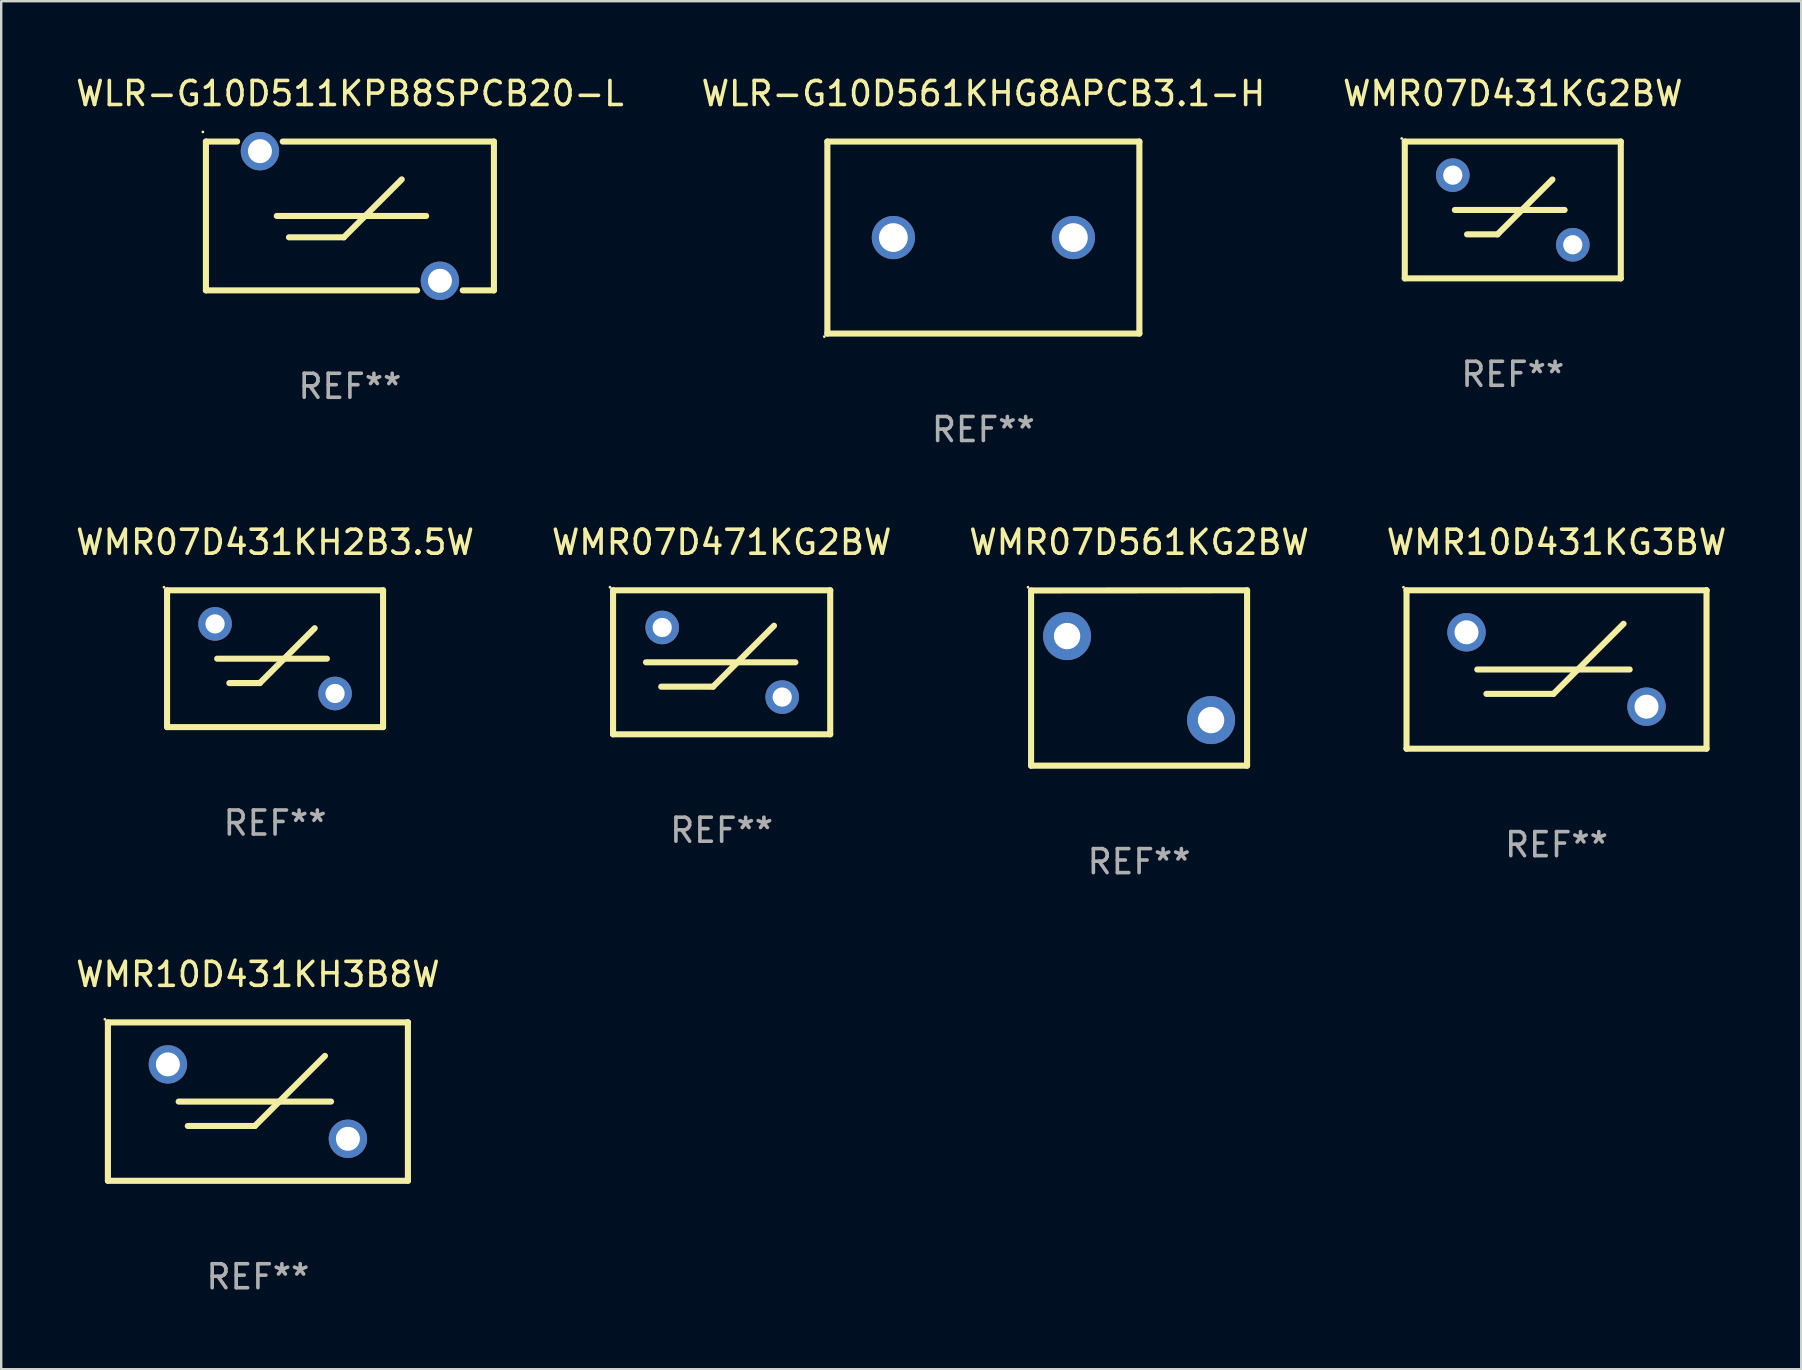
<source format=kicad_pcb>
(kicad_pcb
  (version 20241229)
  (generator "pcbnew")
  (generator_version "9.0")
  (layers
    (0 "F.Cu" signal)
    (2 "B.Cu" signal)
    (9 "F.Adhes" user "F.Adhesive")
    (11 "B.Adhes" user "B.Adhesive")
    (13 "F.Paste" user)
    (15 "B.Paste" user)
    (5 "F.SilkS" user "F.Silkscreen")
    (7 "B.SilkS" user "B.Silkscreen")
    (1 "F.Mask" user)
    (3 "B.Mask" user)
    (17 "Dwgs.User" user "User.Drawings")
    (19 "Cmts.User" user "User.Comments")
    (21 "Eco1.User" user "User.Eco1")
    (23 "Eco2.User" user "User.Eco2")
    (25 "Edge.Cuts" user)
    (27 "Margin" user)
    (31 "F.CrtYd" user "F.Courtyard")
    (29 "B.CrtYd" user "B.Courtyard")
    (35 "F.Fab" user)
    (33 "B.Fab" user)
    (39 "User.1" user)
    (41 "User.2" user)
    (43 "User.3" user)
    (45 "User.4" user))
  (footprint "WMR07D471KG2BW"
    (layer "F.Cu")
    (at 27.018 24.545)
    (property "Reference" "WMR07D471KG2BW" (at 0 -5 0) (layer "F.SilkS") (effects (font (size 1 1) (thickness 0.15))))
    (attr through_hole)
    (fp_line (start -4.524 -3) (end -4.524 3) (stroke (width 0.254) (type solid)) (layer "F.SilkS"))
    (fp_line (start -4.524 -3) (end 4.524 -3) (stroke (width 0.254) (type solid)) (layer "F.SilkS"))
    (fp_line (start -4.524 3) (end 4.524 3) (stroke (width 0.254) (type solid)) (layer "F.SilkS"))
    (fp_line (start -3.152 0) (end 3.072 0) (stroke (width 0.254) (type solid)) (layer "F.SilkS"))
    (fp_line (start -2.517 1.016) (end -0.358 1.016) (stroke (width 0.254) (type solid)) (layer "F.SilkS"))
    (fp_line (start -0.358 1.016) (end 2.182 -1.524) (stroke (width 0.254) (type solid)) (layer "F.SilkS"))
    (fp_line (start 4.524 -3) (end 4.524 3) (stroke (width 0.254) (type solid)) (layer "F.SilkS"))
    (fp_circle (center -4.651 -3.127) (end -4.621 -3.127) (stroke (width 0.06) (type solid)) (fill no) (layer "F.SilkS"))
    (fp_text user "REF**" (at 0 7 0) (layer "F.Fab") (effects (font (size 1 1) (thickness 0.15))))
    (pad "1" thru_hole circle (at -2.477 -1.45) (size 1.4 1.4) (drill 0.8) (layers "*.Cu" "*.Mask"))
    (pad "2" thru_hole circle (at 2.523 1.45) (size 1.4 1.4) (drill 0.8) (layers "*.Cu" "*.Mask")))
  (footprint "WMR10D431KG3BW"
    (layer "F.Cu")
    (at 61.804 24.845)
    (property "Reference" "WMR10D431KG3BW" (at 0 -5.3 0) (layer "F.SilkS") (effects (font (size 1 1) (thickness 0.15))))
    (attr through_hole)
    (fp_line (start -6.25 -3.3) (end -6.25 3.3) (stroke (width 0.254) (type solid)) (layer "F.SilkS"))
    (fp_line (start -6.25 -3.3) (end 6.25 -3.3) (stroke (width 0.254) (type solid)) (layer "F.SilkS"))
    (fp_line (start -6.25 3.3) (end 6.25 3.3) (stroke (width 0.254) (type solid)) (layer "F.SilkS"))
    (fp_line (start -3.302 0.000013) (end 3.048 0.000013) (stroke (width 0.254) (type solid)) (layer "F.SilkS"))
    (fp_line (start -2.921 1.016) (end -0.127 1.016) (stroke (width 0.254) (type solid)) (layer "F.SilkS"))
    (fp_line (start -0.127 1.016) (end 2.794 -1.905) (stroke (width 0.254) (type solid)) (layer "F.SilkS"))
    (fp_line (start 6.25 -3.3) (end 6.25 -3.3) (stroke (width 0.254) (type solid)) (layer "F.SilkS"))
    (fp_line (start 6.25 -3.3) (end 6.25 3.3) (stroke (width 0.254) (type solid)) (layer "F.SilkS"))
    (fp_circle (center -6.377 -3.427) (end -6.347 -3.427) (stroke (width 0.06) (type solid)) (fill no) (layer "F.SilkS"))
    (fp_text user "REF**" (at 0 7.3 0) (layer "F.Fab") (effects (font (size 1 1) (thickness 0.15))))
    (pad "1" thru_hole circle (at -3.75 -1.55) (size 1.6 1.6) (drill 1) (layers "*.Cu" "*.Mask"))
    (pad "2" thru_hole circle (at 3.75 1.55) (size 1.6 1.6) (drill 1) (layers "*.Cu" "*.Mask")))
  (footprint "WMR07D431KG2BW"
    (layer "F.Cu")
    (at 59.982 5.698)
    (property "Reference" "WMR07D431KG2BW" (at 0 -4.85 0) (layer "F.SilkS") (effects (font (size 1 1) (thickness 0.15))))
    (attr through_hole)
    (fp_line (start -4.5 -2.85) (end -4.5 2.85) (stroke (width 0.254) (type solid)) (layer "F.SilkS"))
    (fp_line (start -4.5 -2.85) (end 4.5 -2.85) (stroke (width 0.254) (type solid)) (layer "F.SilkS"))
    (fp_line (start -4.5 2.85) (end 4.5 2.85) (stroke (width 0.254) (type solid)) (layer "F.SilkS"))
    (fp_line (start -2.413 0) (end 2.159 0) (stroke (width 0.254) (type solid)) (layer "F.SilkS"))
    (fp_line (start -1.905 1.016) (end -0.635 1.016) (stroke (width 0.254) (type solid)) (layer "F.SilkS"))
    (fp_line (start -0.635 1.016) (end 1.651 -1.27) (stroke (width 0.254) (type solid)) (layer "F.SilkS"))
    (fp_line (start 4.5 -2.85) (end 4.5 2.85) (stroke (width 0.254) (type solid)) (layer "F.SilkS"))
    (fp_circle (center -4.627 -2.977) (end -4.597 -2.977) (stroke (width 0.06) (type solid)) (fill no) (layer "F.SilkS"))
    (fp_text user "REF**" (at 0 6.85 0) (layer "F.Fab") (effects (font (size 1 1) (thickness 0.15))))
    (pad "1" thru_hole circle (at -2.5 -1.45) (size 1.4 1.4) (drill 0.8) (layers "*.Cu" "*.Mask"))
    (pad "2" thru_hole circle (at 2.5 1.45) (size 1.4 1.4) (drill 0.8) (layers "*.Cu" "*.Mask")))
  (footprint "WLR-G10D561KHG8APCB3.1-H"
    (layer "F.Cu")
    (at 37.923 6.848)
    (property "Reference" "WLR-G10D561KHG8APCB3.1-H" (at 0 -6 0) (layer "F.SilkS") (effects (font (size 1 1) (thickness 0.15))))
    (attr through_hole)
    (fp_line (start -6.5 -4) (end 6.5 -4) (stroke (width 0.254) (type solid)) (layer "F.SilkS"))
    (fp_line (start -6.5 4) (end -6.5 -4) (stroke (width 0.254) (type solid)) (layer "F.SilkS"))
    (fp_line (start 6.5 -4) (end 6.5 4) (stroke (width 0.254) (type solid)) (layer "F.SilkS"))
    (fp_line (start 6.5 4) (end -6.5 4) (stroke (width 0.254) (type solid)) (layer "F.SilkS"))
    (fp_circle (center -6.627 4.127) (end -6.597 4.127) (stroke (width 0.06) (type solid)) (fill no) (layer "F.SilkS"))
    (fp_text user "REF**" (at 0 8 0) (layer "F.Fab") (effects (font (size 1 1) (thickness 0.15))))
    (pad "1" thru_hole circle (at -3.75 0) (size 1.8 1.8) (drill 1.2) (layers "*.Cu" "*.Mask"))
    (pad "2" thru_hole circle (at 3.75 0) (size 1.8 1.8) (drill 1.2) (layers "*.Cu" "*.Mask")))
  (footprint "WMR07D431KH2B3.5W"
    (layer "F.Cu")
    (at 8.411 24.395)
    (property "Reference" "WMR07D431KH2B3.5W" (at 0 -4.85 0) (layer "F.SilkS") (effects (font (size 1 1) (thickness 0.15))))
    (attr through_hole)
    (fp_line (start -4.5 -2.85) (end -4.5 2.85) (stroke (width 0.254) (type solid)) (layer "F.SilkS"))
    (fp_line (start -4.5 -2.85) (end 4.5 -2.85) (stroke (width 0.254) (type solid)) (layer "F.SilkS"))
    (fp_line (start -4.5 2.85) (end 4.5 2.85) (stroke (width 0.254) (type solid)) (layer "F.SilkS"))
    (fp_line (start -2.413 0) (end 2.159 0) (stroke (width 0.254) (type solid)) (layer "F.SilkS"))
    (fp_line (start -1.905 1.016) (end -0.635 1.016) (stroke (width 0.254) (type solid)) (layer "F.SilkS"))
    (fp_line (start -0.635 1.016) (end 1.651 -1.27) (stroke (width 0.254) (type solid)) (layer "F.SilkS"))
    (fp_line (start 4.5 -2.85) (end 4.5 2.85) (stroke (width 0.254) (type solid)) (layer "F.SilkS"))
    (fp_circle (center -4.627 -2.977) (end -4.597 -2.977) (stroke (width 0.06) (type solid)) (fill no) (layer "F.SilkS"))
    (fp_text user "REF**" (at 0 6.85 0) (layer "F.Fab") (effects (font (size 1 1) (thickness 0.15))))
    (pad "1" thru_hole circle (at -2.5 -1.45) (size 1.4 1.4) (drill 0.8) (layers "*.Cu" "*.Mask"))
    (pad "2" thru_hole circle (at 2.5 1.45) (size 1.4 1.4) (drill 0.8) (layers "*.Cu" "*.Mask")))
  (footprint "WMR10D431KH3B8W"
    (layer "F.Cu")
    (at 7.696 42.849)
    (property "Reference" "WMR10D431KH3B8W" (at 0 -5.3 0) (layer "F.SilkS") (effects (font (size 1 1) (thickness 0.15))))
    (attr through_hole)
    (fp_line (start -6.25 -3.3) (end -6.25 3.3) (stroke (width 0.254) (type solid)) (layer "F.SilkS"))
    (fp_line (start -6.25 -3.3) (end 6.25 -3.3) (stroke (width 0.254) (type solid)) (layer "F.SilkS"))
    (fp_line (start -6.25 3.3) (end 6.25 3.3) (stroke (width 0.254) (type solid)) (layer "F.SilkS"))
    (fp_line (start -3.302 0.000013) (end 3.048 0.000013) (stroke (width 0.254) (type solid)) (layer "F.SilkS"))
    (fp_line (start -2.921 1.016) (end -0.127 1.016) (stroke (width 0.254) (type solid)) (layer "F.SilkS"))
    (fp_line (start -0.127 1.016) (end 2.794 -1.905) (stroke (width 0.254) (type solid)) (layer "F.SilkS"))
    (fp_line (start 6.25 -3.3) (end 6.25 -3.3) (stroke (width 0.254) (type solid)) (layer "F.SilkS"))
    (fp_line (start 6.25 -3.3) (end 6.25 3.3) (stroke (width 0.254) (type solid)) (layer "F.SilkS"))
    (fp_circle (center -6.377 -3.427) (end -6.347 -3.427) (stroke (width 0.06) (type solid)) (fill no) (layer "F.SilkS"))
    (fp_text user "REF**" (at 0 7.3 0) (layer "F.Fab") (effects (font (size 1 1) (thickness 0.15))))
    (pad "1" thru_hole circle (at -3.75 -1.55) (size 1.6 1.6) (drill 1) (layers "*.Cu" "*.Mask"))
    (pad "2" thru_hole circle (at 3.75 1.55) (size 1.6 1.6) (drill 1) (layers "*.Cu" "*.Mask")))
  (footprint "WLR-G10D511KPB8SPCB20-L"
    (layer "F.Cu")
    (at 11.53 5.948)
    (property "Reference" "WLR-G10D511KPB8SPCB20-L" (at 0 -5.1 0) (layer "F.SilkS") (effects (font (size 1 1) (thickness 0.15))))
    (attr through_hole)
    (fp_line (start -6 -3.1) (end -6 3.1) (stroke (width 0.254) (type solid)) (layer "F.SilkS"))
    (fp_line (start -6 -3.1) (end -4.7 -3.1) (stroke (width 0.254) (type solid)) (layer "F.SilkS"))
    (fp_line (start -6 3.1) (end 2.8 3.1) (stroke (width 0.254) (type solid)) (layer "F.SilkS"))
    (fp_line (start -3.048 0) (end 3.175 0) (stroke (width 0.254) (type solid)) (layer "F.SilkS"))
    (fp_line (start -2.8 -3.1) (end 6 -3.1) (stroke (width 0.254) (type solid)) (layer "F.SilkS"))
    (fp_line (start -2.54 0.889) (end -0.254 0.889) (stroke (width 0.254) (type solid)) (layer "F.SilkS"))
    (fp_line (start -0.254 0.889) (end 2.159 -1.524) (stroke (width 0.254) (type solid)) (layer "F.SilkS"))
    (fp_line (start 4.7 3.1) (end 6 3.1) (stroke (width 0.254) (type solid)) (layer "F.SilkS"))
    (fp_line (start 6 -3.1) (end 6 3.1) (stroke (width 0.254) (type solid)) (layer "F.SilkS"))
    (fp_circle (center -6.127 -3.5) (end -6.097 -3.5) (stroke (width 0.06) (type solid)) (fill no) (layer "F.SilkS"))
    (fp_text user "REF**" (at 0 7.1 0) (layer "F.Fab") (effects (font (size 1 1) (thickness 0.15))))
    (pad "1" thru_hole circle (at -3.75 -2.7) (size 1.6 1.6) (drill 1) (layers "*.Cu" "*.Mask"))
    (pad "2" thru_hole circle (at 3.75 2.7) (size 1.6 1.6) (drill 1) (layers "*.Cu" "*.Mask")))
  (footprint "WMR07D561KG2BW"
    (layer "F.Cu")
    (at 44.411 25.199)
    (property "Reference" "WMR07D561KG2BW" (at 0 -5.654 0) (layer "F.SilkS") (effects (font (size 1 1) (thickness 0.15))))
    (attr through_hole)
    (fp_line (start -4.5 -3.646) (end 4.5 -3.654) (stroke (width 0.254) (type solid)) (layer "F.SilkS"))
    (fp_line (start -4.5 3.654) (end -4.5 -3.646) (stroke (width 0.254) (type solid)) (layer "F.SilkS"))
    (fp_line (start 4.5 3.654) (end -4.5 3.654) (stroke (width 0.254) (type solid)) (layer "F.SilkS"))
    (fp_line (start 4.5 3.654) (end 4.5 -3.654) (stroke (width 0.254) (type solid)) (layer "F.SilkS"))
    (fp_circle (center -4.627 -3.781) (end -4.597 -3.781) (stroke (width 0.06) (type solid)) (fill no) (layer "F.SilkS"))
    (fp_text user "REF**" (at 0 7.654 0) (layer "F.Fab") (effects (font (size 1 1) (thickness 0.15))))
    (pad "1" thru_hole circle (at -3 -1.746) (size 2 2) (drill 1.1) (layers "*.Cu" "*.Mask"))
    (pad "2" thru_hole circle (at 3 1.754) (size 2 2) (drill 1.1) (layers "*.Cu" "*.Mask")))
  (gr_rect
    (start -3 -3)
    (end 72 53.998)
    (stroke (width 0.1) (type default))
    (fill no)
    (layer "Edge.Cuts")))
</source>
